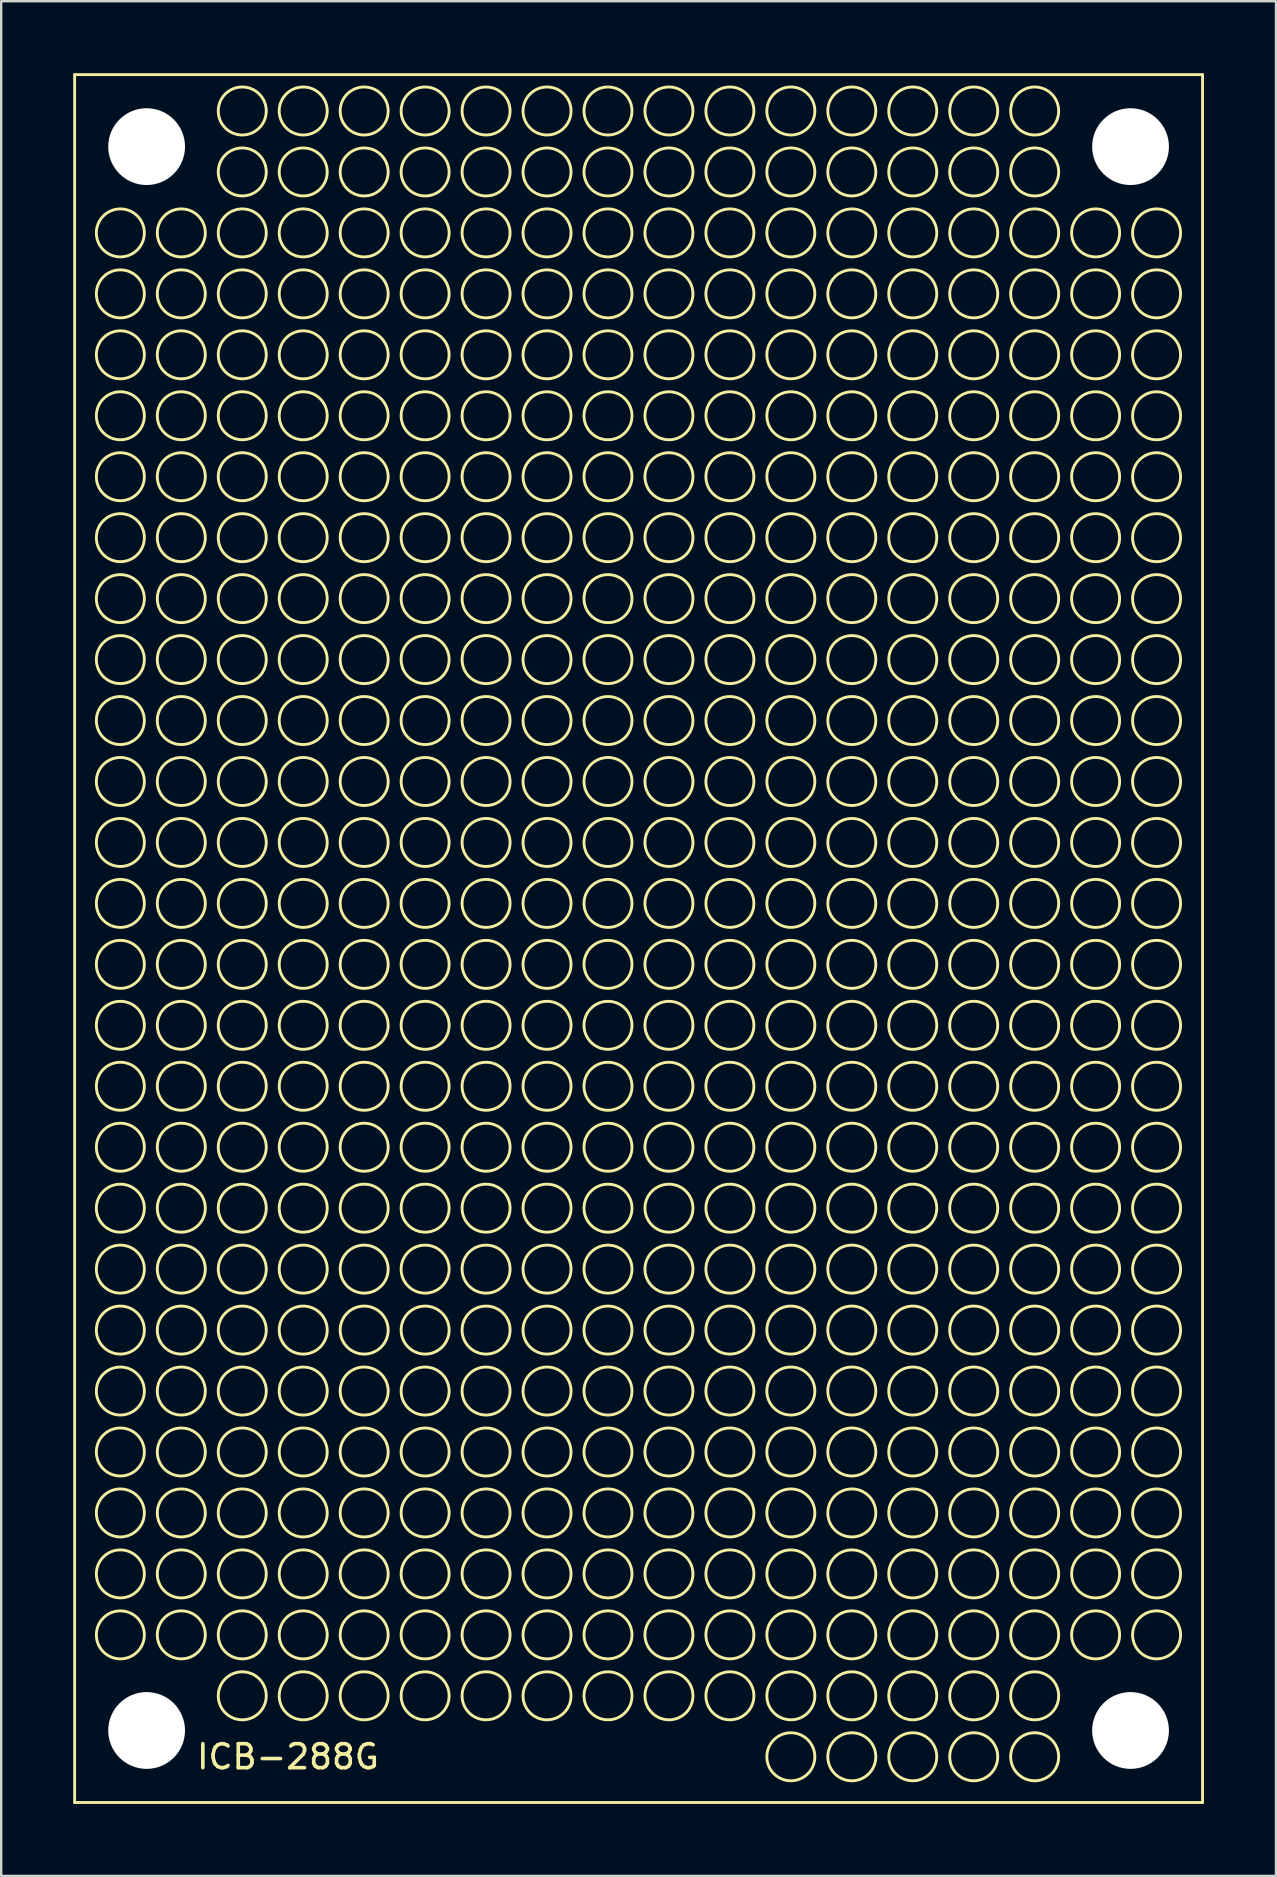
<source format=kicad_pcb>
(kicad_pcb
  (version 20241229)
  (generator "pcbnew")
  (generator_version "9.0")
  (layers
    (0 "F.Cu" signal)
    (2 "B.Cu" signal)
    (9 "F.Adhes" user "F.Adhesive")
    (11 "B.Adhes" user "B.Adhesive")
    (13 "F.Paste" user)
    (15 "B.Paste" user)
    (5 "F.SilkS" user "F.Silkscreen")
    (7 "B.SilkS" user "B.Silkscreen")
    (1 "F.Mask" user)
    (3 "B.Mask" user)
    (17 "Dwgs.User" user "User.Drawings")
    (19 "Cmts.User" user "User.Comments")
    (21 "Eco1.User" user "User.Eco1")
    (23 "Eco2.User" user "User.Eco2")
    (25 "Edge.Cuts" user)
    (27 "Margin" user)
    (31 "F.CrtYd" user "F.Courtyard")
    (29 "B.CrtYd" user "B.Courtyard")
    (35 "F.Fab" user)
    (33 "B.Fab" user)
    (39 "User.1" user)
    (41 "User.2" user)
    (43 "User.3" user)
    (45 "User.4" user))
  (footprint "ICB-288G"
    (layer "F.Cu")
    (at 7.045 67.615)
    (property "Reference" "ICB-288G" (at 1.905 2.54 0) (layer "F.SilkS") (effects (font (size 1 1) (thickness 0.15))))
    (attr through_hole)
    (fp_line (start -6.985 -67.555) (end -6.985 4.445) (stroke (width 0.12) (type solid)) (layer "F.SilkS"))
    (fp_line (start -6.985 4.445) (end 40.015 4.445) (stroke (width 0.12) (type solid)) (layer "F.SilkS"))
    (fp_line (start 40.015 -67.555) (end -6.985 -67.555) (stroke (width 0.12) (type solid)) (layer "F.SilkS"))
    (fp_line (start 40.015 4.445) (end 40.015 -67.555) (stroke (width 0.12) (type solid)) (layer "F.SilkS"))
    (fp_circle (center -5.08 -60.96) (end -4.08 -60.96) (stroke (width 0.12) (type solid)) (fill no) (layer "F.SilkS"))
    (fp_circle (center -5.08 -58.42) (end -4.08 -58.42) (stroke (width 0.12) (type solid)) (fill no) (layer "F.SilkS"))
    (fp_circle (center -5.08 -55.88) (end -4.08 -55.88) (stroke (width 0.12) (type solid)) (fill no) (layer "F.SilkS"))
    (fp_circle (center -5.08 -53.34) (end -4.08 -53.34) (stroke (width 0.12) (type solid)) (fill no) (layer "F.SilkS"))
    (fp_circle (center -5.08 -50.8) (end -4.08 -50.8) (stroke (width 0.12) (type solid)) (fill no) (layer "F.SilkS"))
    (fp_circle (center -5.08 -48.26) (end -4.08 -48.26) (stroke (width 0.12) (type solid)) (fill no) (layer "F.SilkS"))
    (fp_circle (center -5.08 -45.72) (end -4.08 -45.72) (stroke (width 0.12) (type solid)) (fill no) (layer "F.SilkS"))
    (fp_circle (center -5.08 -43.18) (end -4.08 -43.18) (stroke (width 0.12) (type solid)) (fill no) (layer "F.SilkS"))
    (fp_circle (center -5.08 -40.64) (end -4.08 -40.64) (stroke (width 0.12) (type solid)) (fill no) (layer "F.SilkS"))
    (fp_circle (center -5.08 -38.1) (end -4.08 -38.1) (stroke (width 0.12) (type solid)) (fill no) (layer "F.SilkS"))
    (fp_circle (center -5.08 -35.56) (end -4.08 -35.56) (stroke (width 0.12) (type solid)) (fill no) (layer "F.SilkS"))
    (fp_circle (center -5.08 -33.02) (end -4.08 -33.02) (stroke (width 0.12) (type solid)) (fill no) (layer "F.SilkS"))
    (fp_circle (center -5.08 -30.48) (end -4.08 -30.48) (stroke (width 0.12) (type solid)) (fill no) (layer "F.SilkS"))
    (fp_circle (center -5.08 -27.94) (end -4.08 -27.94) (stroke (width 0.12) (type solid)) (fill no) (layer "F.SilkS"))
    (fp_circle (center -5.08 -25.4) (end -4.08 -25.4) (stroke (width 0.12) (type solid)) (fill no) (layer "F.SilkS"))
    (fp_circle (center -5.08 -22.86) (end -4.08 -22.86) (stroke (width 0.12) (type solid)) (fill no) (layer "F.SilkS"))
    (fp_circle (center -5.08 -20.32) (end -4.08 -20.32) (stroke (width 0.12) (type solid)) (fill no) (layer "F.SilkS"))
    (fp_circle (center -5.08 -17.78) (end -4.08 -17.78) (stroke (width 0.12) (type solid)) (fill no) (layer "F.SilkS"))
    (fp_circle (center -5.08 -15.24) (end -4.08 -15.24) (stroke (width 0.12) (type solid)) (fill no) (layer "F.SilkS"))
    (fp_circle (center -5.08 -12.7) (end -4.08 -12.7) (stroke (width 0.12) (type solid)) (fill no) (layer "F.SilkS"))
    (fp_circle (center -5.08 -10.16) (end -4.08 -10.16) (stroke (width 0.12) (type solid)) (fill no) (layer "F.SilkS"))
    (fp_circle (center -5.08 -7.62) (end -4.08 -7.62) (stroke (width 0.12) (type solid)) (fill no) (layer "F.SilkS"))
    (fp_circle (center -5.08 -5.08) (end -4.08 -5.08) (stroke (width 0.12) (type solid)) (fill no) (layer "F.SilkS"))
    (fp_circle (center -5.08 -2.54) (end -4.08 -2.54) (stroke (width 0.12) (type solid)) (fill no) (layer "F.SilkS"))
    (fp_circle (center -2.54 -60.96) (end -1.54 -60.96) (stroke (width 0.12) (type solid)) (fill no) (layer "F.SilkS"))
    (fp_circle (center -2.54 -58.42) (end -1.54 -58.42) (stroke (width 0.12) (type solid)) (fill no) (layer "F.SilkS"))
    (fp_circle (center -2.54 -55.88) (end -1.54 -55.88) (stroke (width 0.12) (type solid)) (fill no) (layer "F.SilkS"))
    (fp_circle (center -2.54 -53.34) (end -1.54 -53.34) (stroke (width 0.12) (type solid)) (fill no) (layer "F.SilkS"))
    (fp_circle (center -2.54 -50.8) (end -1.54 -50.8) (stroke (width 0.12) (type solid)) (fill no) (layer "F.SilkS"))
    (fp_circle (center -2.54 -48.26) (end -1.54 -48.26) (stroke (width 0.12) (type solid)) (fill no) (layer "F.SilkS"))
    (fp_circle (center -2.54 -45.72) (end -1.54 -45.72) (stroke (width 0.12) (type solid)) (fill no) (layer "F.SilkS"))
    (fp_circle (center -2.54 -43.18) (end -1.54 -43.18) (stroke (width 0.12) (type solid)) (fill no) (layer "F.SilkS"))
    (fp_circle (center -2.54 -40.64) (end -1.54 -40.64) (stroke (width 0.12) (type solid)) (fill no) (layer "F.SilkS"))
    (fp_circle (center -2.54 -38.1) (end -1.54 -38.1) (stroke (width 0.12) (type solid)) (fill no) (layer "F.SilkS"))
    (fp_circle (center -2.54 -35.56) (end -1.54 -35.56) (stroke (width 0.12) (type solid)) (fill no) (layer "F.SilkS"))
    (fp_circle (center -2.54 -33.02) (end -1.54 -33.02) (stroke (width 0.12) (type solid)) (fill no) (layer "F.SilkS"))
    (fp_circle (center -2.54 -30.48) (end -1.54 -30.48) (stroke (width 0.12) (type solid)) (fill no) (layer "F.SilkS"))
    (fp_circle (center -2.54 -27.94) (end -1.54 -27.94) (stroke (width 0.12) (type solid)) (fill no) (layer "F.SilkS"))
    (fp_circle (center -2.54 -25.4) (end -1.54 -25.4) (stroke (width 0.12) (type solid)) (fill no) (layer "F.SilkS"))
    (fp_circle (center -2.54 -22.86) (end -1.54 -22.86) (stroke (width 0.12) (type solid)) (fill no) (layer "F.SilkS"))
    (fp_circle (center -2.54 -20.32) (end -1.54 -20.32) (stroke (width 0.12) (type solid)) (fill no) (layer "F.SilkS"))
    (fp_circle (center -2.54 -17.78) (end -1.54 -17.78) (stroke (width 0.12) (type solid)) (fill no) (layer "F.SilkS"))
    (fp_circle (center -2.54 -15.24) (end -1.54 -15.24) (stroke (width 0.12) (type solid)) (fill no) (layer "F.SilkS"))
    (fp_circle (center -2.54 -12.7) (end -1.54 -12.7) (stroke (width 0.12) (type solid)) (fill no) (layer "F.SilkS"))
    (fp_circle (center -2.54 -10.16) (end -1.54 -10.16) (stroke (width 0.12) (type solid)) (fill no) (layer "F.SilkS"))
    (fp_circle (center -2.54 -7.62) (end -1.54 -7.62) (stroke (width 0.12) (type solid)) (fill no) (layer "F.SilkS"))
    (fp_circle (center -2.54 -5.08) (end -1.54 -5.08) (stroke (width 0.12) (type solid)) (fill no) (layer "F.SilkS"))
    (fp_circle (center -2.54 -2.54) (end -1.54 -2.54) (stroke (width 0.12) (type solid)) (fill no) (layer "F.SilkS"))
    (fp_circle (center 0 -66.04) (end 1 -66.04) (stroke (width 0.12) (type solid)) (fill no) (layer "F.SilkS"))
    (fp_circle (center 0 -63.5) (end 1 -63.5) (stroke (width 0.12) (type solid)) (fill no) (layer "F.SilkS"))
    (fp_circle (center 0 -60.96) (end 1 -60.96) (stroke (width 0.12) (type solid)) (fill no) (layer "F.SilkS"))
    (fp_circle (center 0 -58.42) (end 1 -58.42) (stroke (width 0.12) (type solid)) (fill no) (layer "F.SilkS"))
    (fp_circle (center 0 -55.88) (end 1 -55.88) (stroke (width 0.12) (type solid)) (fill no) (layer "F.SilkS"))
    (fp_circle (center 0 -53.34) (end 1 -53.34) (stroke (width 0.12) (type solid)) (fill no) (layer "F.SilkS"))
    (fp_circle (center 0 -50.8) (end 1 -50.8) (stroke (width 0.12) (type solid)) (fill no) (layer "F.SilkS"))
    (fp_circle (center 0 -48.26) (end 1 -48.26) (stroke (width 0.12) (type solid)) (fill no) (layer "F.SilkS"))
    (fp_circle (center 0 -45.72) (end 1 -45.72) (stroke (width 0.12) (type solid)) (fill no) (layer "F.SilkS"))
    (fp_circle (center 0 -43.18) (end 1 -43.18) (stroke (width 0.12) (type solid)) (fill no) (layer "F.SilkS"))
    (fp_circle (center 0 -40.64) (end 1 -40.64) (stroke (width 0.12) (type solid)) (fill no) (layer "F.SilkS"))
    (fp_circle (center 0 -38.1) (end 1 -38.1) (stroke (width 0.12) (type solid)) (fill no) (layer "F.SilkS"))
    (fp_circle (center 0 -35.56) (end 1 -35.56) (stroke (width 0.12) (type solid)) (fill no) (layer "F.SilkS"))
    (fp_circle (center 0 -33.02) (end 1 -33.02) (stroke (width 0.12) (type solid)) (fill no) (layer "F.SilkS"))
    (fp_circle (center 0 -30.48) (end 1 -30.48) (stroke (width 0.12) (type solid)) (fill no) (layer "F.SilkS"))
    (fp_circle (center 0 -27.94) (end 1 -27.94) (stroke (width 0.12) (type solid)) (fill no) (layer "F.SilkS"))
    (fp_circle (center 0 -25.4) (end 1 -25.4) (stroke (width 0.12) (type solid)) (fill no) (layer "F.SilkS"))
    (fp_circle (center 0 -22.86) (end 1 -22.86) (stroke (width 0.12) (type solid)) (fill no) (layer "F.SilkS"))
    (fp_circle (center 0 -20.32) (end 1 -20.32) (stroke (width 0.12) (type solid)) (fill no) (layer "F.SilkS"))
    (fp_circle (center 0 -17.78) (end 1 -17.78) (stroke (width 0.12) (type solid)) (fill no) (layer "F.SilkS"))
    (fp_circle (center 0 -15.24) (end 1 -15.24) (stroke (width 0.12) (type solid)) (fill no) (layer "F.SilkS"))
    (fp_circle (center 0 -12.7) (end 1 -12.7) (stroke (width 0.12) (type solid)) (fill no) (layer "F.SilkS"))
    (fp_circle (center 0 -10.16) (end 1 -10.16) (stroke (width 0.12) (type solid)) (fill no) (layer "F.SilkS"))
    (fp_circle (center 0 -7.62) (end 1 -7.62) (stroke (width 0.12) (type solid)) (fill no) (layer "F.SilkS"))
    (fp_circle (center 0 -5.08) (end 1 -5.08) (stroke (width 0.12) (type solid)) (fill no) (layer "F.SilkS"))
    (fp_circle (center 0 -2.54) (end 1 -2.54) (stroke (width 0.12) (type solid)) (fill no) (layer "F.SilkS"))
    (fp_circle (center 0 0) (end 1 0) (stroke (width 0.12) (type solid)) (fill no) (layer "F.SilkS"))
    (fp_circle (center 2.54 -66.04) (end 3.54 -66.04) (stroke (width 0.12) (type solid)) (fill no) (layer "F.SilkS"))
    (fp_circle (center 2.54 -63.5) (end 3.54 -63.5) (stroke (width 0.12) (type solid)) (fill no) (layer "F.SilkS"))
    (fp_circle (center 2.54 -60.96) (end 3.54 -60.96) (stroke (width 0.12) (type solid)) (fill no) (layer "F.SilkS"))
    (fp_circle (center 2.54 -58.42) (end 3.54 -58.42) (stroke (width 0.12) (type solid)) (fill no) (layer "F.SilkS"))
    (fp_circle (center 2.54 -55.88) (end 3.54 -55.88) (stroke (width 0.12) (type solid)) (fill no) (layer "F.SilkS"))
    (fp_circle (center 2.54 -53.34) (end 3.54 -53.34) (stroke (width 0.12) (type solid)) (fill no) (layer "F.SilkS"))
    (fp_circle (center 2.54 -50.8) (end 3.54 -50.8) (stroke (width 0.12) (type solid)) (fill no) (layer "F.SilkS"))
    (fp_circle (center 2.54 -48.26) (end 3.54 -48.26) (stroke (width 0.12) (type solid)) (fill no) (layer "F.SilkS"))
    (fp_circle (center 2.54 -45.72) (end 3.54 -45.72) (stroke (width 0.12) (type solid)) (fill no) (layer "F.SilkS"))
    (fp_circle (center 2.54 -43.18) (end 3.54 -43.18) (stroke (width 0.12) (type solid)) (fill no) (layer "F.SilkS"))
    (fp_circle (center 2.54 -40.64) (end 3.54 -40.64) (stroke (width 0.12) (type solid)) (fill no) (layer "F.SilkS"))
    (fp_circle (center 2.54 -38.1) (end 3.54 -38.1) (stroke (width 0.12) (type solid)) (fill no) (layer "F.SilkS"))
    (fp_circle (center 2.54 -35.56) (end 3.54 -35.56) (stroke (width 0.12) (type solid)) (fill no) (layer "F.SilkS"))
    (fp_circle (center 2.54 -33.02) (end 3.54 -33.02) (stroke (width 0.12) (type solid)) (fill no) (layer "F.SilkS"))
    (fp_circle (center 2.54 -30.48) (end 3.54 -30.48) (stroke (width 0.12) (type solid)) (fill no) (layer "F.SilkS"))
    (fp_circle (center 2.54 -27.94) (end 3.54 -27.94) (stroke (width 0.12) (type solid)) (fill no) (layer "F.SilkS"))
    (fp_circle (center 2.54 -25.4) (end 3.54 -25.4) (stroke (width 0.12) (type solid)) (fill no) (layer "F.SilkS"))
    (fp_circle (center 2.54 -22.86) (end 3.54 -22.86) (stroke (width 0.12) (type solid)) (fill no) (layer "F.SilkS"))
    (fp_circle (center 2.54 -20.32) (end 3.54 -20.32) (stroke (width 0.12) (type solid)) (fill no) (layer "F.SilkS"))
    (fp_circle (center 2.54 -17.78) (end 3.54 -17.78) (stroke (width 0.12) (type solid)) (fill no) (layer "F.SilkS"))
    (fp_circle (center 2.54 -15.24) (end 3.54 -15.24) (stroke (width 0.12) (type solid)) (fill no) (layer "F.SilkS"))
    (fp_circle (center 2.54 -12.7) (end 3.54 -12.7) (stroke (width 0.12) (type solid)) (fill no) (layer "F.SilkS"))
    (fp_circle (center 2.54 -10.16) (end 3.54 -10.16) (stroke (width 0.12) (type solid)) (fill no) (layer "F.SilkS"))
    (fp_circle (center 2.54 -7.62) (end 3.54 -7.62) (stroke (width 0.12) (type solid)) (fill no) (layer "F.SilkS"))
    (fp_circle (center 2.54 -5.08) (end 3.54 -5.08) (stroke (width 0.12) (type solid)) (fill no) (layer "F.SilkS"))
    (fp_circle (center 2.54 -2.54) (end 3.54 -2.54) (stroke (width 0.12) (type solid)) (fill no) (layer "F.SilkS"))
    (fp_circle (center 2.54 0) (end 3.54 0) (stroke (width 0.12) (type solid)) (fill no) (layer "F.SilkS"))
    (fp_circle (center 5.08 -66.04) (end 6.08 -66.04) (stroke (width 0.12) (type solid)) (fill no) (layer "F.SilkS"))
    (fp_circle (center 5.08 -63.5) (end 6.08 -63.5) (stroke (width 0.12) (type solid)) (fill no) (layer "F.SilkS"))
    (fp_circle (center 5.08 -60.96) (end 6.08 -60.96) (stroke (width 0.12) (type solid)) (fill no) (layer "F.SilkS"))
    (fp_circle (center 5.08 -58.42) (end 6.08 -58.42) (stroke (width 0.12) (type solid)) (fill no) (layer "F.SilkS"))
    (fp_circle (center 5.08 -55.88) (end 6.08 -55.88) (stroke (width 0.12) (type solid)) (fill no) (layer "F.SilkS"))
    (fp_circle (center 5.08 -53.34) (end 6.08 -53.34) (stroke (width 0.12) (type solid)) (fill no) (layer "F.SilkS"))
    (fp_circle (center 5.08 -50.8) (end 6.08 -50.8) (stroke (width 0.12) (type solid)) (fill no) (layer "F.SilkS"))
    (fp_circle (center 5.08 -48.26) (end 6.08 -48.26) (stroke (width 0.12) (type solid)) (fill no) (layer "F.SilkS"))
    (fp_circle (center 5.08 -45.72) (end 6.08 -45.72) (stroke (width 0.12) (type solid)) (fill no) (layer "F.SilkS"))
    (fp_circle (center 5.08 -43.18) (end 6.08 -43.18) (stroke (width 0.12) (type solid)) (fill no) (layer "F.SilkS"))
    (fp_circle (center 5.08 -40.64) (end 6.08 -40.64) (stroke (width 0.12) (type solid)) (fill no) (layer "F.SilkS"))
    (fp_circle (center 5.08 -38.1) (end 6.08 -38.1) (stroke (width 0.12) (type solid)) (fill no) (layer "F.SilkS"))
    (fp_circle (center 5.08 -35.56) (end 6.08 -35.56) (stroke (width 0.12) (type solid)) (fill no) (layer "F.SilkS"))
    (fp_circle (center 5.08 -33.02) (end 6.08 -33.02) (stroke (width 0.12) (type solid)) (fill no) (layer "F.SilkS"))
    (fp_circle (center 5.08 -30.48) (end 6.08 -30.48) (stroke (width 0.12) (type solid)) (fill no) (layer "F.SilkS"))
    (fp_circle (center 5.08 -27.94) (end 6.08 -27.94) (stroke (width 0.12) (type solid)) (fill no) (layer "F.SilkS"))
    (fp_circle (center 5.08 -25.4) (end 6.08 -25.4) (stroke (width 0.12) (type solid)) (fill no) (layer "F.SilkS"))
    (fp_circle (center 5.08 -22.86) (end 6.08 -22.86) (stroke (width 0.12) (type solid)) (fill no) (layer "F.SilkS"))
    (fp_circle (center 5.08 -20.32) (end 6.08 -20.32) (stroke (width 0.12) (type solid)) (fill no) (layer "F.SilkS"))
    (fp_circle (center 5.08 -17.78) (end 6.08 -17.78) (stroke (width 0.12) (type solid)) (fill no) (layer "F.SilkS"))
    (fp_circle (center 5.08 -15.24) (end 6.08 -15.24) (stroke (width 0.12) (type solid)) (fill no) (layer "F.SilkS"))
    (fp_circle (center 5.08 -12.7) (end 6.08 -12.7) (stroke (width 0.12) (type solid)) (fill no) (layer "F.SilkS"))
    (fp_circle (center 5.08 -10.16) (end 6.08 -10.16) (stroke (width 0.12) (type solid)) (fill no) (layer "F.SilkS"))
    (fp_circle (center 5.08 -7.62) (end 6.08 -7.62) (stroke (width 0.12) (type solid)) (fill no) (layer "F.SilkS"))
    (fp_circle (center 5.08 -5.08) (end 6.08 -5.08) (stroke (width 0.12) (type solid)) (fill no) (layer "F.SilkS"))
    (fp_circle (center 5.08 -2.54) (end 6.08 -2.54) (stroke (width 0.12) (type solid)) (fill no) (layer "F.SilkS"))
    (fp_circle (center 5.08 0) (end 6.08 0) (stroke (width 0.12) (type solid)) (fill no) (layer "F.SilkS"))
    (fp_circle (center 7.62 -66.04) (end 8.62 -66.04) (stroke (width 0.12) (type solid)) (fill no) (layer "F.SilkS"))
    (fp_circle (center 7.62 -63.5) (end 8.62 -63.5) (stroke (width 0.12) (type solid)) (fill no) (layer "F.SilkS"))
    (fp_circle (center 7.62 -60.96) (end 8.62 -60.96) (stroke (width 0.12) (type solid)) (fill no) (layer "F.SilkS"))
    (fp_circle (center 7.62 -58.42) (end 8.62 -58.42) (stroke (width 0.12) (type solid)) (fill no) (layer "F.SilkS"))
    (fp_circle (center 7.62 -55.88) (end 8.62 -55.88) (stroke (width 0.12) (type solid)) (fill no) (layer "F.SilkS"))
    (fp_circle (center 7.62 -53.34) (end 8.62 -53.34) (stroke (width 0.12) (type solid)) (fill no) (layer "F.SilkS"))
    (fp_circle (center 7.62 -50.8) (end 8.62 -50.8) (stroke (width 0.12) (type solid)) (fill no) (layer "F.SilkS"))
    (fp_circle (center 7.62 -48.26) (end 8.62 -48.26) (stroke (width 0.12) (type solid)) (fill no) (layer "F.SilkS"))
    (fp_circle (center 7.62 -45.72) (end 8.62 -45.72) (stroke (width 0.12) (type solid)) (fill no) (layer "F.SilkS"))
    (fp_circle (center 7.62 -43.18) (end 8.62 -43.18) (stroke (width 0.12) (type solid)) (fill no) (layer "F.SilkS"))
    (fp_circle (center 7.62 -40.64) (end 8.62 -40.64) (stroke (width 0.12) (type solid)) (fill no) (layer "F.SilkS"))
    (fp_circle (center 7.62 -38.1) (end 8.62 -38.1) (stroke (width 0.12) (type solid)) (fill no) (layer "F.SilkS"))
    (fp_circle (center 7.62 -35.56) (end 8.62 -35.56) (stroke (width 0.12) (type solid)) (fill no) (layer "F.SilkS"))
    (fp_circle (center 7.62 -33.02) (end 8.62 -33.02) (stroke (width 0.12) (type solid)) (fill no) (layer "F.SilkS"))
    (fp_circle (center 7.62 -30.48) (end 8.62 -30.48) (stroke (width 0.12) (type solid)) (fill no) (layer "F.SilkS"))
    (fp_circle (center 7.62 -27.94) (end 8.62 -27.94) (stroke (width 0.12) (type solid)) (fill no) (layer "F.SilkS"))
    (fp_circle (center 7.62 -25.4) (end 8.62 -25.4) (stroke (width 0.12) (type solid)) (fill no) (layer "F.SilkS"))
    (fp_circle (center 7.62 -22.86) (end 8.62 -22.86) (stroke (width 0.12) (type solid)) (fill no) (layer "F.SilkS"))
    (fp_circle (center 7.62 -20.32) (end 8.62 -20.32) (stroke (width 0.12) (type solid)) (fill no) (layer "F.SilkS"))
    (fp_circle (center 7.62 -17.78) (end 8.62 -17.78) (stroke (width 0.12) (type solid)) (fill no) (layer "F.SilkS"))
    (fp_circle (center 7.62 -15.24) (end 8.62 -15.24) (stroke (width 0.12) (type solid)) (fill no) (layer "F.SilkS"))
    (fp_circle (center 7.62 -12.7) (end 8.62 -12.7) (stroke (width 0.12) (type solid)) (fill no) (layer "F.SilkS"))
    (fp_circle (center 7.62 -10.16) (end 8.62 -10.16) (stroke (width 0.12) (type solid)) (fill no) (layer "F.SilkS"))
    (fp_circle (center 7.62 -7.62) (end 8.62 -7.62) (stroke (width 0.12) (type solid)) (fill no) (layer "F.SilkS"))
    (fp_circle (center 7.62 -5.08) (end 8.62 -5.08) (stroke (width 0.12) (type solid)) (fill no) (layer "F.SilkS"))
    (fp_circle (center 7.62 -2.54) (end 8.62 -2.54) (stroke (width 0.12) (type solid)) (fill no) (layer "F.SilkS"))
    (fp_circle (center 7.62 0) (end 8.62 0) (stroke (width 0.12) (type solid)) (fill no) (layer "F.SilkS"))
    (fp_circle (center 10.16 -66.04) (end 11.16 -66.04) (stroke (width 0.12) (type solid)) (fill no) (layer "F.SilkS"))
    (fp_circle (center 10.16 -63.5) (end 11.16 -63.5) (stroke (width 0.12) (type solid)) (fill no) (layer "F.SilkS"))
    (fp_circle (center 10.16 -60.96) (end 11.16 -60.96) (stroke (width 0.12) (type solid)) (fill no) (layer "F.SilkS"))
    (fp_circle (center 10.16 -58.42) (end 11.16 -58.42) (stroke (width 0.12) (type solid)) (fill no) (layer "F.SilkS"))
    (fp_circle (center 10.16 -55.88) (end 11.16 -55.88) (stroke (width 0.12) (type solid)) (fill no) (layer "F.SilkS"))
    (fp_circle (center 10.16 -53.34) (end 11.16 -53.34) (stroke (width 0.12) (type solid)) (fill no) (layer "F.SilkS"))
    (fp_circle (center 10.16 -50.8) (end 11.16 -50.8) (stroke (width 0.12) (type solid)) (fill no) (layer "F.SilkS"))
    (fp_circle (center 10.16 -48.26) (end 11.16 -48.26) (stroke (width 0.12) (type solid)) (fill no) (layer "F.SilkS"))
    (fp_circle (center 10.16 -45.72) (end 11.16 -45.72) (stroke (width 0.12) (type solid)) (fill no) (layer "F.SilkS"))
    (fp_circle (center 10.16 -43.18) (end 11.16 -43.18) (stroke (width 0.12) (type solid)) (fill no) (layer "F.SilkS"))
    (fp_circle (center 10.16 -40.64) (end 11.16 -40.64) (stroke (width 0.12) (type solid)) (fill no) (layer "F.SilkS"))
    (fp_circle (center 10.16 -38.1) (end 11.16 -38.1) (stroke (width 0.12) (type solid)) (fill no) (layer "F.SilkS"))
    (fp_circle (center 10.16 -35.56) (end 11.16 -35.56) (stroke (width 0.12) (type solid)) (fill no) (layer "F.SilkS"))
    (fp_circle (center 10.16 -33.02) (end 11.16 -33.02) (stroke (width 0.12) (type solid)) (fill no) (layer "F.SilkS"))
    (fp_circle (center 10.16 -30.48) (end 11.16 -30.48) (stroke (width 0.12) (type solid)) (fill no) (layer "F.SilkS"))
    (fp_circle (center 10.16 -27.94) (end 11.16 -27.94) (stroke (width 0.12) (type solid)) (fill no) (layer "F.SilkS"))
    (fp_circle (center 10.16 -25.4) (end 11.16 -25.4) (stroke (width 0.12) (type solid)) (fill no) (layer "F.SilkS"))
    (fp_circle (center 10.16 -22.86) (end 11.16 -22.86) (stroke (width 0.12) (type solid)) (fill no) (layer "F.SilkS"))
    (fp_circle (center 10.16 -20.32) (end 11.16 -20.32) (stroke (width 0.12) (type solid)) (fill no) (layer "F.SilkS"))
    (fp_circle (center 10.16 -17.78) (end 11.16 -17.78) (stroke (width 0.12) (type solid)) (fill no) (layer "F.SilkS"))
    (fp_circle (center 10.16 -15.24) (end 11.16 -15.24) (stroke (width 0.12) (type solid)) (fill no) (layer "F.SilkS"))
    (fp_circle (center 10.16 -12.7) (end 11.16 -12.7) (stroke (width 0.12) (type solid)) (fill no) (layer "F.SilkS"))
    (fp_circle (center 10.16 -10.16) (end 11.16 -10.16) (stroke (width 0.12) (type solid)) (fill no) (layer "F.SilkS"))
    (fp_circle (center 10.16 -7.62) (end 11.16 -7.62) (stroke (width 0.12) (type solid)) (fill no) (layer "F.SilkS"))
    (fp_circle (center 10.16 -5.08) (end 11.16 -5.08) (stroke (width 0.12) (type solid)) (fill no) (layer "F.SilkS"))
    (fp_circle (center 10.16 -2.54) (end 11.16 -2.54) (stroke (width 0.12) (type solid)) (fill no) (layer "F.SilkS"))
    (fp_circle (center 10.16 0) (end 11.16 0) (stroke (width 0.12) (type solid)) (fill no) (layer "F.SilkS"))
    (fp_circle (center 12.7 -66.04) (end 13.7 -66.04) (stroke (width 0.12) (type solid)) (fill no) (layer "F.SilkS"))
    (fp_circle (center 12.7 -63.5) (end 13.7 -63.5) (stroke (width 0.12) (type solid)) (fill no) (layer "F.SilkS"))
    (fp_circle (center 12.7 -60.96) (end 13.7 -60.96) (stroke (width 0.12) (type solid)) (fill no) (layer "F.SilkS"))
    (fp_circle (center 12.7 -58.42) (end 13.7 -58.42) (stroke (width 0.12) (type solid)) (fill no) (layer "F.SilkS"))
    (fp_circle (center 12.7 -55.88) (end 13.7 -55.88) (stroke (width 0.12) (type solid)) (fill no) (layer "F.SilkS"))
    (fp_circle (center 12.7 -53.34) (end 13.7 -53.34) (stroke (width 0.12) (type solid)) (fill no) (layer "F.SilkS"))
    (fp_circle (center 12.7 -50.8) (end 13.7 -50.8) (stroke (width 0.12) (type solid)) (fill no) (layer "F.SilkS"))
    (fp_circle (center 12.7 -48.26) (end 13.7 -48.26) (stroke (width 0.12) (type solid)) (fill no) (layer "F.SilkS"))
    (fp_circle (center 12.7 -45.72) (end 13.7 -45.72) (stroke (width 0.12) (type solid)) (fill no) (layer "F.SilkS"))
    (fp_circle (center 12.7 -43.18) (end 13.7 -43.18) (stroke (width 0.12) (type solid)) (fill no) (layer "F.SilkS"))
    (fp_circle (center 12.7 -40.64) (end 13.7 -40.64) (stroke (width 0.12) (type solid)) (fill no) (layer "F.SilkS"))
    (fp_circle (center 12.7 -38.1) (end 13.7 -38.1) (stroke (width 0.12) (type solid)) (fill no) (layer "F.SilkS"))
    (fp_circle (center 12.7 -35.56) (end 13.7 -35.56) (stroke (width 0.12) (type solid)) (fill no) (layer "F.SilkS"))
    (fp_circle (center 12.7 -33.02) (end 13.7 -33.02) (stroke (width 0.12) (type solid)) (fill no) (layer "F.SilkS"))
    (fp_circle (center 12.7 -30.48) (end 13.7 -30.48) (stroke (width 0.12) (type solid)) (fill no) (layer "F.SilkS"))
    (fp_circle (center 12.7 -27.94) (end 13.7 -27.94) (stroke (width 0.12) (type solid)) (fill no) (layer "F.SilkS"))
    (fp_circle (center 12.7 -25.4) (end 13.7 -25.4) (stroke (width 0.12) (type solid)) (fill no) (layer "F.SilkS"))
    (fp_circle (center 12.7 -22.86) (end 13.7 -22.86) (stroke (width 0.12) (type solid)) (fill no) (layer "F.SilkS"))
    (fp_circle (center 12.7 -20.32) (end 13.7 -20.32) (stroke (width 0.12) (type solid)) (fill no) (layer "F.SilkS"))
    (fp_circle (center 12.7 -17.78) (end 13.7 -17.78) (stroke (width 0.12) (type solid)) (fill no) (layer "F.SilkS"))
    (fp_circle (center 12.7 -15.24) (end 13.7 -15.24) (stroke (width 0.12) (type solid)) (fill no) (layer "F.SilkS"))
    (fp_circle (center 12.7 -12.7) (end 13.7 -12.7) (stroke (width 0.12) (type solid)) (fill no) (layer "F.SilkS"))
    (fp_circle (center 12.7 -10.16) (end 13.7 -10.16) (stroke (width 0.12) (type solid)) (fill no) (layer "F.SilkS"))
    (fp_circle (center 12.7 -7.62) (end 13.7 -7.62) (stroke (width 0.12) (type solid)) (fill no) (layer "F.SilkS"))
    (fp_circle (center 12.7 -5.08) (end 13.7 -5.08) (stroke (width 0.12) (type solid)) (fill no) (layer "F.SilkS"))
    (fp_circle (center 12.7 -2.54) (end 13.7 -2.54) (stroke (width 0.12) (type solid)) (fill no) (layer "F.SilkS"))
    (fp_circle (center 12.7 0) (end 13.7 0) (stroke (width 0.12) (type solid)) (fill no) (layer "F.SilkS"))
    (fp_circle (center 15.24 -66.04) (end 16.24 -66.04) (stroke (width 0.12) (type solid)) (fill no) (layer "F.SilkS"))
    (fp_circle (center 15.24 -63.5) (end 16.24 -63.5) (stroke (width 0.12) (type solid)) (fill no) (layer "F.SilkS"))
    (fp_circle (center 15.24 -60.96) (end 16.24 -60.96) (stroke (width 0.12) (type solid)) (fill no) (layer "F.SilkS"))
    (fp_circle (center 15.24 -58.42) (end 16.24 -58.42) (stroke (width 0.12) (type solid)) (fill no) (layer "F.SilkS"))
    (fp_circle (center 15.24 -55.88) (end 16.24 -55.88) (stroke (width 0.12) (type solid)) (fill no) (layer "F.SilkS"))
    (fp_circle (center 15.24 -53.34) (end 16.24 -53.34) (stroke (width 0.12) (type solid)) (fill no) (layer "F.SilkS"))
    (fp_circle (center 15.24 -50.8) (end 16.24 -50.8) (stroke (width 0.12) (type solid)) (fill no) (layer "F.SilkS"))
    (fp_circle (center 15.24 -48.26) (end 16.24 -48.26) (stroke (width 0.12) (type solid)) (fill no) (layer "F.SilkS"))
    (fp_circle (center 15.24 -45.72) (end 16.24 -45.72) (stroke (width 0.12) (type solid)) (fill no) (layer "F.SilkS"))
    (fp_circle (center 15.24 -43.18) (end 16.24 -43.18) (stroke (width 0.12) (type solid)) (fill no) (layer "F.SilkS"))
    (fp_circle (center 15.24 -40.64) (end 16.24 -40.64) (stroke (width 0.12) (type solid)) (fill no) (layer "F.SilkS"))
    (fp_circle (center 15.24 -38.1) (end 16.24 -38.1) (stroke (width 0.12) (type solid)) (fill no) (layer "F.SilkS"))
    (fp_circle (center 15.24 -35.56) (end 16.24 -35.56) (stroke (width 0.12) (type solid)) (fill no) (layer "F.SilkS"))
    (fp_circle (center 15.24 -33.02) (end 16.24 -33.02) (stroke (width 0.12) (type solid)) (fill no) (layer "F.SilkS"))
    (fp_circle (center 15.24 -30.48) (end 16.24 -30.48) (stroke (width 0.12) (type solid)) (fill no) (layer "F.SilkS"))
    (fp_circle (center 15.24 -27.94) (end 16.24 -27.94) (stroke (width 0.12) (type solid)) (fill no) (layer "F.SilkS"))
    (fp_circle (center 15.24 -25.4) (end 16.24 -25.4) (stroke (width 0.12) (type solid)) (fill no) (layer "F.SilkS"))
    (fp_circle (center 15.24 -22.86) (end 16.24 -22.86) (stroke (width 0.12) (type solid)) (fill no) (layer "F.SilkS"))
    (fp_circle (center 15.24 -20.32) (end 16.24 -20.32) (stroke (width 0.12) (type solid)) (fill no) (layer "F.SilkS"))
    (fp_circle (center 15.24 -17.78) (end 16.24 -17.78) (stroke (width 0.12) (type solid)) (fill no) (layer "F.SilkS"))
    (fp_circle (center 15.24 -15.24) (end 16.24 -15.24) (stroke (width 0.12) (type solid)) (fill no) (layer "F.SilkS"))
    (fp_circle (center 15.24 -12.7) (end 16.24 -12.7) (stroke (width 0.12) (type solid)) (fill no) (layer "F.SilkS"))
    (fp_circle (center 15.24 -10.16) (end 16.24 -10.16) (stroke (width 0.12) (type solid)) (fill no) (layer "F.SilkS"))
    (fp_circle (center 15.24 -7.62) (end 16.24 -7.62) (stroke (width 0.12) (type solid)) (fill no) (layer "F.SilkS"))
    (fp_circle (center 15.24 -5.08) (end 16.24 -5.08) (stroke (width 0.12) (type solid)) (fill no) (layer "F.SilkS"))
    (fp_circle (center 15.24 -2.54) (end 16.24 -2.54) (stroke (width 0.12) (type solid)) (fill no) (layer "F.SilkS"))
    (fp_circle (center 15.24 0) (end 16.24 0) (stroke (width 0.12) (type solid)) (fill no) (layer "F.SilkS"))
    (fp_circle (center 17.78 -66.04) (end 18.78 -66.04) (stroke (width 0.12) (type solid)) (fill no) (layer "F.SilkS"))
    (fp_circle (center 17.78 -63.5) (end 18.78 -63.5) (stroke (width 0.12) (type solid)) (fill no) (layer "F.SilkS"))
    (fp_circle (center 17.78 -60.96) (end 18.78 -60.96) (stroke (width 0.12) (type solid)) (fill no) (layer "F.SilkS"))
    (fp_circle (center 17.78 -58.42) (end 18.78 -58.42) (stroke (width 0.12) (type solid)) (fill no) (layer "F.SilkS"))
    (fp_circle (center 17.78 -55.88) (end 18.78 -55.88) (stroke (width 0.12) (type solid)) (fill no) (layer "F.SilkS"))
    (fp_circle (center 17.78 -53.34) (end 18.78 -53.34) (stroke (width 0.12) (type solid)) (fill no) (layer "F.SilkS"))
    (fp_circle (center 17.78 -50.8) (end 18.78 -50.8) (stroke (width 0.12) (type solid)) (fill no) (layer "F.SilkS"))
    (fp_circle (center 17.78 -48.26) (end 18.78 -48.26) (stroke (width 0.12) (type solid)) (fill no) (layer "F.SilkS"))
    (fp_circle (center 17.78 -45.72) (end 18.78 -45.72) (stroke (width 0.12) (type solid)) (fill no) (layer "F.SilkS"))
    (fp_circle (center 17.78 -43.18) (end 18.78 -43.18) (stroke (width 0.12) (type solid)) (fill no) (layer "F.SilkS"))
    (fp_circle (center 17.78 -40.64) (end 18.78 -40.64) (stroke (width 0.12) (type solid)) (fill no) (layer "F.SilkS"))
    (fp_circle (center 17.78 -38.1) (end 18.78 -38.1) (stroke (width 0.12) (type solid)) (fill no) (layer "F.SilkS"))
    (fp_circle (center 17.78 -35.56) (end 18.78 -35.56) (stroke (width 0.12) (type solid)) (fill no) (layer "F.SilkS"))
    (fp_circle (center 17.78 -33.02) (end 18.78 -33.02) (stroke (width 0.12) (type solid)) (fill no) (layer "F.SilkS"))
    (fp_circle (center 17.78 -30.48) (end 18.78 -30.48) (stroke (width 0.12) (type solid)) (fill no) (layer "F.SilkS"))
    (fp_circle (center 17.78 -27.94) (end 18.78 -27.94) (stroke (width 0.12) (type solid)) (fill no) (layer "F.SilkS"))
    (fp_circle (center 17.78 -25.4) (end 18.78 -25.4) (stroke (width 0.12) (type solid)) (fill no) (layer "F.SilkS"))
    (fp_circle (center 17.78 -22.86) (end 18.78 -22.86) (stroke (width 0.12) (type solid)) (fill no) (layer "F.SilkS"))
    (fp_circle (center 17.78 -20.32) (end 18.78 -20.32) (stroke (width 0.12) (type solid)) (fill no) (layer "F.SilkS"))
    (fp_circle (center 17.78 -17.78) (end 18.78 -17.78) (stroke (width 0.12) (type solid)) (fill no) (layer "F.SilkS"))
    (fp_circle (center 17.78 -15.24) (end 18.78 -15.24) (stroke (width 0.12) (type solid)) (fill no) (layer "F.SilkS"))
    (fp_circle (center 17.78 -12.7) (end 18.78 -12.7) (stroke (width 0.12) (type solid)) (fill no) (layer "F.SilkS"))
    (fp_circle (center 17.78 -10.16) (end 18.78 -10.16) (stroke (width 0.12) (type solid)) (fill no) (layer "F.SilkS"))
    (fp_circle (center 17.78 -7.62) (end 18.78 -7.62) (stroke (width 0.12) (type solid)) (fill no) (layer "F.SilkS"))
    (fp_circle (center 17.78 -5.08) (end 18.78 -5.08) (stroke (width 0.12) (type solid)) (fill no) (layer "F.SilkS"))
    (fp_circle (center 17.78 -2.54) (end 18.78 -2.54) (stroke (width 0.12) (type solid)) (fill no) (layer "F.SilkS"))
    (fp_circle (center 17.78 0) (end 18.78 0) (stroke (width 0.12) (type solid)) (fill no) (layer "F.SilkS"))
    (fp_circle (center 20.32 -66.04) (end 21.32 -66.04) (stroke (width 0.12) (type solid)) (fill no) (layer "F.SilkS"))
    (fp_circle (center 20.32 -63.5) (end 21.32 -63.5) (stroke (width 0.12) (type solid)) (fill no) (layer "F.SilkS"))
    (fp_circle (center 20.32 -60.96) (end 21.32 -60.96) (stroke (width 0.12) (type solid)) (fill no) (layer "F.SilkS"))
    (fp_circle (center 20.32 -58.42) (end 21.32 -58.42) (stroke (width 0.12) (type solid)) (fill no) (layer "F.SilkS"))
    (fp_circle (center 20.32 -55.88) (end 21.32 -55.88) (stroke (width 0.12) (type solid)) (fill no) (layer "F.SilkS"))
    (fp_circle (center 20.32 -53.34) (end 21.32 -53.34) (stroke (width 0.12) (type solid)) (fill no) (layer "F.SilkS"))
    (fp_circle (center 20.32 -50.8) (end 21.32 -50.8) (stroke (width 0.12) (type solid)) (fill no) (layer "F.SilkS"))
    (fp_circle (center 20.32 -48.26) (end 21.32 -48.26) (stroke (width 0.12) (type solid)) (fill no) (layer "F.SilkS"))
    (fp_circle (center 20.32 -45.72) (end 21.32 -45.72) (stroke (width 0.12) (type solid)) (fill no) (layer "F.SilkS"))
    (fp_circle (center 20.32 -43.18) (end 21.32 -43.18) (stroke (width 0.12) (type solid)) (fill no) (layer "F.SilkS"))
    (fp_circle (center 20.32 -40.64) (end 21.32 -40.64) (stroke (width 0.12) (type solid)) (fill no) (layer "F.SilkS"))
    (fp_circle (center 20.32 -38.1) (end 21.32 -38.1) (stroke (width 0.12) (type solid)) (fill no) (layer "F.SilkS"))
    (fp_circle (center 20.32 -35.56) (end 21.32 -35.56) (stroke (width 0.12) (type solid)) (fill no) (layer "F.SilkS"))
    (fp_circle (center 20.32 -33.02) (end 21.32 -33.02) (stroke (width 0.12) (type solid)) (fill no) (layer "F.SilkS"))
    (fp_circle (center 20.32 -30.48) (end 21.32 -30.48) (stroke (width 0.12) (type solid)) (fill no) (layer "F.SilkS"))
    (fp_circle (center 20.32 -27.94) (end 21.32 -27.94) (stroke (width 0.12) (type solid)) (fill no) (layer "F.SilkS"))
    (fp_circle (center 20.32 -25.4) (end 21.32 -25.4) (stroke (width 0.12) (type solid)) (fill no) (layer "F.SilkS"))
    (fp_circle (center 20.32 -22.86) (end 21.32 -22.86) (stroke (width 0.12) (type solid)) (fill no) (layer "F.SilkS"))
    (fp_circle (center 20.32 -20.32) (end 21.32 -20.32) (stroke (width 0.12) (type solid)) (fill no) (layer "F.SilkS"))
    (fp_circle (center 20.32 -17.78) (end 21.32 -17.78) (stroke (width 0.12) (type solid)) (fill no) (layer "F.SilkS"))
    (fp_circle (center 20.32 -15.24) (end 21.32 -15.24) (stroke (width 0.12) (type solid)) (fill no) (layer "F.SilkS"))
    (fp_circle (center 20.32 -12.7) (end 21.32 -12.7) (stroke (width 0.12) (type solid)) (fill no) (layer "F.SilkS"))
    (fp_circle (center 20.32 -10.16) (end 21.32 -10.16) (stroke (width 0.12) (type solid)) (fill no) (layer "F.SilkS"))
    (fp_circle (center 20.32 -7.62) (end 21.32 -7.62) (stroke (width 0.12) (type solid)) (fill no) (layer "F.SilkS"))
    (fp_circle (center 20.32 -5.08) (end 21.32 -5.08) (stroke (width 0.12) (type solid)) (fill no) (layer "F.SilkS"))
    (fp_circle (center 20.32 -2.54) (end 21.32 -2.54) (stroke (width 0.12) (type solid)) (fill no) (layer "F.SilkS"))
    (fp_circle (center 20.32 0) (end 21.32 0) (stroke (width 0.12) (type solid)) (fill no) (layer "F.SilkS"))
    (fp_circle (center 22.86 -66.04) (end 23.86 -66.04) (stroke (width 0.12) (type solid)) (fill no) (layer "F.SilkS"))
    (fp_circle (center 22.86 -63.5) (end 23.86 -63.5) (stroke (width 0.12) (type solid)) (fill no) (layer "F.SilkS"))
    (fp_circle (center 22.86 -60.96) (end 23.86 -60.96) (stroke (width 0.12) (type solid)) (fill no) (layer "F.SilkS"))
    (fp_circle (center 22.86 -58.42) (end 23.86 -58.42) (stroke (width 0.12) (type solid)) (fill no) (layer "F.SilkS"))
    (fp_circle (center 22.86 -55.88) (end 23.86 -55.88) (stroke (width 0.12) (type solid)) (fill no) (layer "F.SilkS"))
    (fp_circle (center 22.86 -53.34) (end 23.86 -53.34) (stroke (width 0.12) (type solid)) (fill no) (layer "F.SilkS"))
    (fp_circle (center 22.86 -50.8) (end 23.86 -50.8) (stroke (width 0.12) (type solid)) (fill no) (layer "F.SilkS"))
    (fp_circle (center 22.86 -48.26) (end 23.86 -48.26) (stroke (width 0.12) (type solid)) (fill no) (layer "F.SilkS"))
    (fp_circle (center 22.86 -45.72) (end 23.86 -45.72) (stroke (width 0.12) (type solid)) (fill no) (layer "F.SilkS"))
    (fp_circle (center 22.86 -43.18) (end 23.86 -43.18) (stroke (width 0.12) (type solid)) (fill no) (layer "F.SilkS"))
    (fp_circle (center 22.86 -40.64) (end 23.86 -40.64) (stroke (width 0.12) (type solid)) (fill no) (layer "F.SilkS"))
    (fp_circle (center 22.86 -38.1) (end 23.86 -38.1) (stroke (width 0.12) (type solid)) (fill no) (layer "F.SilkS"))
    (fp_circle (center 22.86 -35.56) (end 23.86 -35.56) (stroke (width 0.12) (type solid)) (fill no) (layer "F.SilkS"))
    (fp_circle (center 22.86 -33.02) (end 23.86 -33.02) (stroke (width 0.12) (type solid)) (fill no) (layer "F.SilkS"))
    (fp_circle (center 22.86 -30.48) (end 23.86 -30.48) (stroke (width 0.12) (type solid)) (fill no) (layer "F.SilkS"))
    (fp_circle (center 22.86 -27.94) (end 23.86 -27.94) (stroke (width 0.12) (type solid)) (fill no) (layer "F.SilkS"))
    (fp_circle (center 22.86 -25.4) (end 23.86 -25.4) (stroke (width 0.12) (type solid)) (fill no) (layer "F.SilkS"))
    (fp_circle (center 22.86 -22.86) (end 23.86 -22.86) (stroke (width 0.12) (type solid)) (fill no) (layer "F.SilkS"))
    (fp_circle (center 22.86 -20.32) (end 23.86 -20.32) (stroke (width 0.12) (type solid)) (fill no) (layer "F.SilkS"))
    (fp_circle (center 22.86 -17.78) (end 23.86 -17.78) (stroke (width 0.12) (type solid)) (fill no) (layer "F.SilkS"))
    (fp_circle (center 22.86 -15.24) (end 23.86 -15.24) (stroke (width 0.12) (type solid)) (fill no) (layer "F.SilkS"))
    (fp_circle (center 22.86 -12.7) (end 23.86 -12.7) (stroke (width 0.12) (type solid)) (fill no) (layer "F.SilkS"))
    (fp_circle (center 22.86 -10.16) (end 23.86 -10.16) (stroke (width 0.12) (type solid)) (fill no) (layer "F.SilkS"))
    (fp_circle (center 22.86 -7.62) (end 23.86 -7.62) (stroke (width 0.12) (type solid)) (fill no) (layer "F.SilkS"))
    (fp_circle (center 22.86 -5.08) (end 23.86 -5.08) (stroke (width 0.12) (type solid)) (fill no) (layer "F.SilkS"))
    (fp_circle (center 22.86 -2.54) (end 23.86 -2.54) (stroke (width 0.12) (type solid)) (fill no) (layer "F.SilkS"))
    (fp_circle (center 22.86 0) (end 23.86 0) (stroke (width 0.12) (type solid)) (fill no) (layer "F.SilkS"))
    (fp_circle (center 22.86 2.54) (end 23.86 2.54) (stroke (width 0.12) (type solid)) (fill no) (layer "F.SilkS"))
    (fp_circle (center 25.4 -66.04) (end 26.4 -66.04) (stroke (width 0.12) (type solid)) (fill no) (layer "F.SilkS"))
    (fp_circle (center 25.4 -63.5) (end 26.4 -63.5) (stroke (width 0.12) (type solid)) (fill no) (layer "F.SilkS"))
    (fp_circle (center 25.4 -60.96) (end 26.4 -60.96) (stroke (width 0.12) (type solid)) (fill no) (layer "F.SilkS"))
    (fp_circle (center 25.4 -58.42) (end 26.4 -58.42) (stroke (width 0.12) (type solid)) (fill no) (layer "F.SilkS"))
    (fp_circle (center 25.4 -55.88) (end 26.4 -55.88) (stroke (width 0.12) (type solid)) (fill no) (layer "F.SilkS"))
    (fp_circle (center 25.4 -53.34) (end 26.4 -53.34) (stroke (width 0.12) (type solid)) (fill no) (layer "F.SilkS"))
    (fp_circle (center 25.4 -50.8) (end 26.4 -50.8) (stroke (width 0.12) (type solid)) (fill no) (layer "F.SilkS"))
    (fp_circle (center 25.4 -48.26) (end 26.4 -48.26) (stroke (width 0.12) (type solid)) (fill no) (layer "F.SilkS"))
    (fp_circle (center 25.4 -45.72) (end 26.4 -45.72) (stroke (width 0.12) (type solid)) (fill no) (layer "F.SilkS"))
    (fp_circle (center 25.4 -43.18) (end 26.4 -43.18) (stroke (width 0.12) (type solid)) (fill no) (layer "F.SilkS"))
    (fp_circle (center 25.4 -40.64) (end 26.4 -40.64) (stroke (width 0.12) (type solid)) (fill no) (layer "F.SilkS"))
    (fp_circle (center 25.4 -38.1) (end 26.4 -38.1) (stroke (width 0.12) (type solid)) (fill no) (layer "F.SilkS"))
    (fp_circle (center 25.4 -35.56) (end 26.4 -35.56) (stroke (width 0.12) (type solid)) (fill no) (layer "F.SilkS"))
    (fp_circle (center 25.4 -33.02) (end 26.4 -33.02) (stroke (width 0.12) (type solid)) (fill no) (layer "F.SilkS"))
    (fp_circle (center 25.4 -30.48) (end 26.4 -30.48) (stroke (width 0.12) (type solid)) (fill no) (layer "F.SilkS"))
    (fp_circle (center 25.4 -27.94) (end 26.4 -27.94) (stroke (width 0.12) (type solid)) (fill no) (layer "F.SilkS"))
    (fp_circle (center 25.4 -25.4) (end 26.4 -25.4) (stroke (width 0.12) (type solid)) (fill no) (layer "F.SilkS"))
    (fp_circle (center 25.4 -22.86) (end 26.4 -22.86) (stroke (width 0.12) (type solid)) (fill no) (layer "F.SilkS"))
    (fp_circle (center 25.4 -20.32) (end 26.4 -20.32) (stroke (width 0.12) (type solid)) (fill no) (layer "F.SilkS"))
    (fp_circle (center 25.4 -17.78) (end 26.4 -17.78) (stroke (width 0.12) (type solid)) (fill no) (layer "F.SilkS"))
    (fp_circle (center 25.4 -15.24) (end 26.4 -15.24) (stroke (width 0.12) (type solid)) (fill no) (layer "F.SilkS"))
    (fp_circle (center 25.4 -12.7) (end 26.4 -12.7) (stroke (width 0.12) (type solid)) (fill no) (layer "F.SilkS"))
    (fp_circle (center 25.4 -10.16) (end 26.4 -10.16) (stroke (width 0.12) (type solid)) (fill no) (layer "F.SilkS"))
    (fp_circle (center 25.4 -7.62) (end 26.4 -7.62) (stroke (width 0.12) (type solid)) (fill no) (layer "F.SilkS"))
    (fp_circle (center 25.4 -5.08) (end 26.4 -5.08) (stroke (width 0.12) (type solid)) (fill no) (layer "F.SilkS"))
    (fp_circle (center 25.4 -2.54) (end 26.4 -2.54) (stroke (width 0.12) (type solid)) (fill no) (layer "F.SilkS"))
    (fp_circle (center 25.4 0) (end 26.4 0) (stroke (width 0.12) (type solid)) (fill no) (layer "F.SilkS"))
    (fp_circle (center 25.4 2.54) (end 26.4 2.54) (stroke (width 0.12) (type solid)) (fill no) (layer "F.SilkS"))
    (fp_circle (center 27.94 -66.04) (end 28.94 -66.04) (stroke (width 0.12) (type solid)) (fill no) (layer "F.SilkS"))
    (fp_circle (center 27.94 -63.5) (end 28.94 -63.5) (stroke (width 0.12) (type solid)) (fill no) (layer "F.SilkS"))
    (fp_circle (center 27.94 -60.96) (end 28.94 -60.96) (stroke (width 0.12) (type solid)) (fill no) (layer "F.SilkS"))
    (fp_circle (center 27.94 -58.42) (end 28.94 -58.42) (stroke (width 0.12) (type solid)) (fill no) (layer "F.SilkS"))
    (fp_circle (center 27.94 -55.88) (end 28.94 -55.88) (stroke (width 0.12) (type solid)) (fill no) (layer "F.SilkS"))
    (fp_circle (center 27.94 -53.34) (end 28.94 -53.34) (stroke (width 0.12) (type solid)) (fill no) (layer "F.SilkS"))
    (fp_circle (center 27.94 -50.8) (end 28.94 -50.8) (stroke (width 0.12) (type solid)) (fill no) (layer "F.SilkS"))
    (fp_circle (center 27.94 -48.26) (end 28.94 -48.26) (stroke (width 0.12) (type solid)) (fill no) (layer "F.SilkS"))
    (fp_circle (center 27.94 -45.72) (end 28.94 -45.72) (stroke (width 0.12) (type solid)) (fill no) (layer "F.SilkS"))
    (fp_circle (center 27.94 -43.18) (end 28.94 -43.18) (stroke (width 0.12) (type solid)) (fill no) (layer "F.SilkS"))
    (fp_circle (center 27.94 -40.64) (end 28.94 -40.64) (stroke (width 0.12) (type solid)) (fill no) (layer "F.SilkS"))
    (fp_circle (center 27.94 -38.1) (end 28.94 -38.1) (stroke (width 0.12) (type solid)) (fill no) (layer "F.SilkS"))
    (fp_circle (center 27.94 -35.56) (end 28.94 -35.56) (stroke (width 0.12) (type solid)) (fill no) (layer "F.SilkS"))
    (fp_circle (center 27.94 -33.02) (end 28.94 -33.02) (stroke (width 0.12) (type solid)) (fill no) (layer "F.SilkS"))
    (fp_circle (center 27.94 -30.48) (end 28.94 -30.48) (stroke (width 0.12) (type solid)) (fill no) (layer "F.SilkS"))
    (fp_circle (center 27.94 -27.94) (end 28.94 -27.94) (stroke (width 0.12) (type solid)) (fill no) (layer "F.SilkS"))
    (fp_circle (center 27.94 -25.4) (end 28.94 -25.4) (stroke (width 0.12) (type solid)) (fill no) (layer "F.SilkS"))
    (fp_circle (center 27.94 -22.86) (end 28.94 -22.86) (stroke (width 0.12) (type solid)) (fill no) (layer "F.SilkS"))
    (fp_circle (center 27.94 -20.32) (end 28.94 -20.32) (stroke (width 0.12) (type solid)) (fill no) (layer "F.SilkS"))
    (fp_circle (center 27.94 -17.78) (end 28.94 -17.78) (stroke (width 0.12) (type solid)) (fill no) (layer "F.SilkS"))
    (fp_circle (center 27.94 -15.24) (end 28.94 -15.24) (stroke (width 0.12) (type solid)) (fill no) (layer "F.SilkS"))
    (fp_circle (center 27.94 -12.7) (end 28.94 -12.7) (stroke (width 0.12) (type solid)) (fill no) (layer "F.SilkS"))
    (fp_circle (center 27.94 -10.16) (end 28.94 -10.16) (stroke (width 0.12) (type solid)) (fill no) (layer "F.SilkS"))
    (fp_circle (center 27.94 -7.62) (end 28.94 -7.62) (stroke (width 0.12) (type solid)) (fill no) (layer "F.SilkS"))
    (fp_circle (center 27.94 -5.08) (end 28.94 -5.08) (stroke (width 0.12) (type solid)) (fill no) (layer "F.SilkS"))
    (fp_circle (center 27.94 -2.54) (end 28.94 -2.54) (stroke (width 0.12) (type solid)) (fill no) (layer "F.SilkS"))
    (fp_circle (center 27.94 0) (end 28.94 0) (stroke (width 0.12) (type solid)) (fill no) (layer "F.SilkS"))
    (fp_circle (center 27.94 2.54) (end 28.94 2.54) (stroke (width 0.12) (type solid)) (fill no) (layer "F.SilkS"))
    (fp_circle (center 30.48 -66.04) (end 31.48 -66.04) (stroke (width 0.12) (type solid)) (fill no) (layer "F.SilkS"))
    (fp_circle (center 30.48 -63.5) (end 31.48 -63.5) (stroke (width 0.12) (type solid)) (fill no) (layer "F.SilkS"))
    (fp_circle (center 30.48 -60.96) (end 31.48 -60.96) (stroke (width 0.12) (type solid)) (fill no) (layer "F.SilkS"))
    (fp_circle (center 30.48 -58.42) (end 31.48 -58.42) (stroke (width 0.12) (type solid)) (fill no) (layer "F.SilkS"))
    (fp_circle (center 30.48 -55.88) (end 31.48 -55.88) (stroke (width 0.12) (type solid)) (fill no) (layer "F.SilkS"))
    (fp_circle (center 30.48 -53.34) (end 31.48 -53.34) (stroke (width 0.12) (type solid)) (fill no) (layer "F.SilkS"))
    (fp_circle (center 30.48 -50.8) (end 31.48 -50.8) (stroke (width 0.12) (type solid)) (fill no) (layer "F.SilkS"))
    (fp_circle (center 30.48 -48.26) (end 31.48 -48.26) (stroke (width 0.12) (type solid)) (fill no) (layer "F.SilkS"))
    (fp_circle (center 30.48 -45.72) (end 31.48 -45.72) (stroke (width 0.12) (type solid)) (fill no) (layer "F.SilkS"))
    (fp_circle (center 30.48 -43.18) (end 31.48 -43.18) (stroke (width 0.12) (type solid)) (fill no) (layer "F.SilkS"))
    (fp_circle (center 30.48 -40.64) (end 31.48 -40.64) (stroke (width 0.12) (type solid)) (fill no) (layer "F.SilkS"))
    (fp_circle (center 30.48 -38.1) (end 31.48 -38.1) (stroke (width 0.12) (type solid)) (fill no) (layer "F.SilkS"))
    (fp_circle (center 30.48 -35.56) (end 31.48 -35.56) (stroke (width 0.12) (type solid)) (fill no) (layer "F.SilkS"))
    (fp_circle (center 30.48 -33.02) (end 31.48 -33.02) (stroke (width 0.12) (type solid)) (fill no) (layer "F.SilkS"))
    (fp_circle (center 30.48 -30.48) (end 31.48 -30.48) (stroke (width 0.12) (type solid)) (fill no) (layer "F.SilkS"))
    (fp_circle (center 30.48 -27.94) (end 31.48 -27.94) (stroke (width 0.12) (type solid)) (fill no) (layer "F.SilkS"))
    (fp_circle (center 30.48 -25.4) (end 31.48 -25.4) (stroke (width 0.12) (type solid)) (fill no) (layer "F.SilkS"))
    (fp_circle (center 30.48 -22.86) (end 31.48 -22.86) (stroke (width 0.12) (type solid)) (fill no) (layer "F.SilkS"))
    (fp_circle (center 30.48 -20.32) (end 31.48 -20.32) (stroke (width 0.12) (type solid)) (fill no) (layer "F.SilkS"))
    (fp_circle (center 30.48 -17.78) (end 31.48 -17.78) (stroke (width 0.12) (type solid)) (fill no) (layer "F.SilkS"))
    (fp_circle (center 30.48 -15.24) (end 31.48 -15.24) (stroke (width 0.12) (type solid)) (fill no) (layer "F.SilkS"))
    (fp_circle (center 30.48 -12.7) (end 31.48 -12.7) (stroke (width 0.12) (type solid)) (fill no) (layer "F.SilkS"))
    (fp_circle (center 30.48 -10.16) (end 31.48 -10.16) (stroke (width 0.12) (type solid)) (fill no) (layer "F.SilkS"))
    (fp_circle (center 30.48 -7.62) (end 31.48 -7.62) (stroke (width 0.12) (type solid)) (fill no) (layer "F.SilkS"))
    (fp_circle (center 30.48 -5.08) (end 31.48 -5.08) (stroke (width 0.12) (type solid)) (fill no) (layer "F.SilkS"))
    (fp_circle (center 30.48 -2.54) (end 31.48 -2.54) (stroke (width 0.12) (type solid)) (fill no) (layer "F.SilkS"))
    (fp_circle (center 30.48 0) (end 31.48 0) (stroke (width 0.12) (type solid)) (fill no) (layer "F.SilkS"))
    (fp_circle (center 30.48 2.54) (end 31.48 2.54) (stroke (width 0.12) (type solid)) (fill no) (layer "F.SilkS"))
    (fp_circle (center 33.02 -66.04) (end 34.02 -66.04) (stroke (width 0.12) (type solid)) (fill no) (layer "F.SilkS"))
    (fp_circle (center 33.02 -63.5) (end 34.02 -63.5) (stroke (width 0.12) (type solid)) (fill no) (layer "F.SilkS"))
    (fp_circle (center 33.02 -60.96) (end 34.02 -60.96) (stroke (width 0.12) (type solid)) (fill no) (layer "F.SilkS"))
    (fp_circle (center 33.02 -58.42) (end 34.02 -58.42) (stroke (width 0.12) (type solid)) (fill no) (layer "F.SilkS"))
    (fp_circle (center 33.02 -55.88) (end 34.02 -55.88) (stroke (width 0.12) (type solid)) (fill no) (layer "F.SilkS"))
    (fp_circle (center 33.02 -53.34) (end 34.02 -53.34) (stroke (width 0.12) (type solid)) (fill no) (layer "F.SilkS"))
    (fp_circle (center 33.02 -50.8) (end 34.02 -50.8) (stroke (width 0.12) (type solid)) (fill no) (layer "F.SilkS"))
    (fp_circle (center 33.02 -48.26) (end 34.02 -48.26) (stroke (width 0.12) (type solid)) (fill no) (layer "F.SilkS"))
    (fp_circle (center 33.02 -45.72) (end 34.02 -45.72) (stroke (width 0.12) (type solid)) (fill no) (layer "F.SilkS"))
    (fp_circle (center 33.02 -43.18) (end 34.02 -43.18) (stroke (width 0.12) (type solid)) (fill no) (layer "F.SilkS"))
    (fp_circle (center 33.02 -40.64) (end 34.02 -40.64) (stroke (width 0.12) (type solid)) (fill no) (layer "F.SilkS"))
    (fp_circle (center 33.02 -38.1) (end 34.02 -38.1) (stroke (width 0.12) (type solid)) (fill no) (layer "F.SilkS"))
    (fp_circle (center 33.02 -35.56) (end 34.02 -35.56) (stroke (width 0.12) (type solid)) (fill no) (layer "F.SilkS"))
    (fp_circle (center 33.02 -33.02) (end 34.02 -33.02) (stroke (width 0.12) (type solid)) (fill no) (layer "F.SilkS"))
    (fp_circle (center 33.02 -30.48) (end 34.02 -30.48) (stroke (width 0.12) (type solid)) (fill no) (layer "F.SilkS"))
    (fp_circle (center 33.02 -27.94) (end 34.02 -27.94) (stroke (width 0.12) (type solid)) (fill no) (layer "F.SilkS"))
    (fp_circle (center 33.02 -25.4) (end 34.02 -25.4) (stroke (width 0.12) (type solid)) (fill no) (layer "F.SilkS"))
    (fp_circle (center 33.02 -22.86) (end 34.02 -22.86) (stroke (width 0.12) (type solid)) (fill no) (layer "F.SilkS"))
    (fp_circle (center 33.02 -20.32) (end 34.02 -20.32) (stroke (width 0.12) (type solid)) (fill no) (layer "F.SilkS"))
    (fp_circle (center 33.02 -17.78) (end 34.02 -17.78) (stroke (width 0.12) (type solid)) (fill no) (layer "F.SilkS"))
    (fp_circle (center 33.02 -15.24) (end 34.02 -15.24) (stroke (width 0.12) (type solid)) (fill no) (layer "F.SilkS"))
    (fp_circle (center 33.02 -12.7) (end 34.02 -12.7) (stroke (width 0.12) (type solid)) (fill no) (layer "F.SilkS"))
    (fp_circle (center 33.02 -10.16) (end 34.02 -10.16) (stroke (width 0.12) (type solid)) (fill no) (layer "F.SilkS"))
    (fp_circle (center 33.02 -7.62) (end 34.02 -7.62) (stroke (width 0.12) (type solid)) (fill no) (layer "F.SilkS"))
    (fp_circle (center 33.02 -5.08) (end 34.02 -5.08) (stroke (width 0.12) (type solid)) (fill no) (layer "F.SilkS"))
    (fp_circle (center 33.02 -2.54) (end 34.02 -2.54) (stroke (width 0.12) (type solid)) (fill no) (layer "F.SilkS"))
    (fp_circle (center 33.02 0) (end 34.02 0) (stroke (width 0.12) (type solid)) (fill no) (layer "F.SilkS"))
    (fp_circle (center 33.02 2.54) (end 34.02 2.54) (stroke (width 0.12) (type solid)) (fill no) (layer "F.SilkS"))
    (fp_circle (center 35.56 -60.96) (end 36.56 -60.96) (stroke (width 0.12) (type solid)) (fill no) (layer "F.SilkS"))
    (fp_circle (center 35.56 -58.42) (end 36.56 -58.42) (stroke (width 0.12) (type solid)) (fill no) (layer "F.SilkS"))
    (fp_circle (center 35.56 -55.88) (end 36.56 -55.88) (stroke (width 0.12) (type solid)) (fill no) (layer "F.SilkS"))
    (fp_circle (center 35.56 -53.34) (end 36.56 -53.34) (stroke (width 0.12) (type solid)) (fill no) (layer "F.SilkS"))
    (fp_circle (center 35.56 -50.8) (end 36.56 -50.8) (stroke (width 0.12) (type solid)) (fill no) (layer "F.SilkS"))
    (fp_circle (center 35.56 -48.26) (end 36.56 -48.26) (stroke (width 0.12) (type solid)) (fill no) (layer "F.SilkS"))
    (fp_circle (center 35.56 -45.72) (end 36.56 -45.72) (stroke (width 0.12) (type solid)) (fill no) (layer "F.SilkS"))
    (fp_circle (center 35.56 -43.18) (end 36.56 -43.18) (stroke (width 0.12) (type solid)) (fill no) (layer "F.SilkS"))
    (fp_circle (center 35.56 -40.64) (end 36.56 -40.64) (stroke (width 0.12) (type solid)) (fill no) (layer "F.SilkS"))
    (fp_circle (center 35.56 -38.1) (end 36.56 -38.1) (stroke (width 0.12) (type solid)) (fill no) (layer "F.SilkS"))
    (fp_circle (center 35.56 -35.56) (end 36.56 -35.56) (stroke (width 0.12) (type solid)) (fill no) (layer "F.SilkS"))
    (fp_circle (center 35.56 -33.02) (end 36.56 -33.02) (stroke (width 0.12) (type solid)) (fill no) (layer "F.SilkS"))
    (fp_circle (center 35.56 -30.48) (end 36.56 -30.48) (stroke (width 0.12) (type solid)) (fill no) (layer "F.SilkS"))
    (fp_circle (center 35.56 -27.94) (end 36.56 -27.94) (stroke (width 0.12) (type solid)) (fill no) (layer "F.SilkS"))
    (fp_circle (center 35.56 -25.4) (end 36.56 -25.4) (stroke (width 0.12) (type solid)) (fill no) (layer "F.SilkS"))
    (fp_circle (center 35.56 -22.86) (end 36.56 -22.86) (stroke (width 0.12) (type solid)) (fill no) (layer "F.SilkS"))
    (fp_circle (center 35.56 -20.32) (end 36.56 -20.32) (stroke (width 0.12) (type solid)) (fill no) (layer "F.SilkS"))
    (fp_circle (center 35.56 -17.78) (end 36.56 -17.78) (stroke (width 0.12) (type solid)) (fill no) (layer "F.SilkS"))
    (fp_circle (center 35.56 -15.24) (end 36.56 -15.24) (stroke (width 0.12) (type solid)) (fill no) (layer "F.SilkS"))
    (fp_circle (center 35.56 -12.7) (end 36.56 -12.7) (stroke (width 0.12) (type solid)) (fill no) (layer "F.SilkS"))
    (fp_circle (center 35.56 -10.16) (end 36.56 -10.16) (stroke (width 0.12) (type solid)) (fill no) (layer "F.SilkS"))
    (fp_circle (center 35.56 -7.62) (end 36.56 -7.62) (stroke (width 0.12) (type solid)) (fill no) (layer "F.SilkS"))
    (fp_circle (center 35.56 -5.08) (end 36.56 -5.08) (stroke (width 0.12) (type solid)) (fill no) (layer "F.SilkS"))
    (fp_circle (center 35.56 -2.54) (end 36.56 -2.54) (stroke (width 0.12) (type solid)) (fill no) (layer "F.SilkS"))
    (fp_circle (center 38.1 -60.96) (end 39.1 -60.96) (stroke (width 0.12) (type solid)) (fill no) (layer "F.SilkS"))
    (fp_circle (center 38.1 -58.42) (end 39.1 -58.42) (stroke (width 0.12) (type solid)) (fill no) (layer "F.SilkS"))
    (fp_circle (center 38.1 -55.88) (end 39.1 -55.88) (stroke (width 0.12) (type solid)) (fill no) (layer "F.SilkS"))
    (fp_circle (center 38.1 -53.34) (end 39.1 -53.34) (stroke (width 0.12) (type solid)) (fill no) (layer "F.SilkS"))
    (fp_circle (center 38.1 -50.8) (end 39.1 -50.8) (stroke (width 0.12) (type solid)) (fill no) (layer "F.SilkS"))
    (fp_circle (center 38.1 -48.26) (end 39.1 -48.26) (stroke (width 0.12) (type solid)) (fill no) (layer "F.SilkS"))
    (fp_circle (center 38.1 -45.72) (end 39.1 -45.72) (stroke (width 0.12) (type solid)) (fill no) (layer "F.SilkS"))
    (fp_circle (center 38.1 -43.18) (end 39.1 -43.18) (stroke (width 0.12) (type solid)) (fill no) (layer "F.SilkS"))
    (fp_circle (center 38.1 -40.64) (end 39.1 -40.64) (stroke (width 0.12) (type solid)) (fill no) (layer "F.SilkS"))
    (fp_circle (center 38.1 -38.1) (end 39.1 -38.1) (stroke (width 0.12) (type solid)) (fill no) (layer "F.SilkS"))
    (fp_circle (center 38.1 -35.56) (end 39.1 -35.56) (stroke (width 0.12) (type solid)) (fill no) (layer "F.SilkS"))
    (fp_circle (center 38.1 -33.02) (end 39.1 -33.02) (stroke (width 0.12) (type solid)) (fill no) (layer "F.SilkS"))
    (fp_circle (center 38.1 -30.48) (end 39.1 -30.48) (stroke (width 0.12) (type solid)) (fill no) (layer "F.SilkS"))
    (fp_circle (center 38.1 -27.94) (end 39.1 -27.94) (stroke (width 0.12) (type solid)) (fill no) (layer "F.SilkS"))
    (fp_circle (center 38.1 -25.4) (end 39.1 -25.4) (stroke (width 0.12) (type solid)) (fill no) (layer "F.SilkS"))
    (fp_circle (center 38.1 -22.86) (end 39.1 -22.86) (stroke (width 0.12) (type solid)) (fill no) (layer "F.SilkS"))
    (fp_circle (center 38.1 -20.32) (end 39.1 -20.32) (stroke (width 0.12) (type solid)) (fill no) (layer "F.SilkS"))
    (fp_circle (center 38.1 -17.78) (end 39.1 -17.78) (stroke (width 0.12) (type solid)) (fill no) (layer "F.SilkS"))
    (fp_circle (center 38.1 -15.24) (end 39.1 -15.24) (stroke (width 0.12) (type solid)) (fill no) (layer "F.SilkS"))
    (fp_circle (center 38.1 -12.7) (end 39.1 -12.7) (stroke (width 0.12) (type solid)) (fill no) (layer "F.SilkS"))
    (fp_circle (center 38.1 -10.16) (end 39.1 -10.16) (stroke (width 0.12) (type solid)) (fill no) (layer "F.SilkS"))
    (fp_circle (center 38.1 -7.62) (end 39.1 -7.62) (stroke (width 0.12) (type solid)) (fill no) (layer "F.SilkS"))
    (fp_circle (center 38.1 -5.08) (end 39.1 -5.08) (stroke (width 0.12) (type solid)) (fill no) (layer "F.SilkS"))
    (fp_circle (center 38.1 -2.54) (end 39.1 -2.54) (stroke (width 0.12) (type solid)) (fill no) (layer "F.SilkS"))
    (pad "" np_thru_hole circle (at -3.985 -64.555) (size 3.2 3.2) (drill 3.2) (layers "*.Cu" "*.Mask"))
    (pad "" np_thru_hole circle (at -3.985 1.445) (size 3.2 3.2) (drill 3.2) (layers "*.Cu" "*.Mask"))
    (pad "" np_thru_hole circle (at 37.015 -64.555) (size 3.2 3.2) (drill 3.2) (layers "*.Cu" "*.Mask"))
    (pad "" np_thru_hole circle (at 37.015 1.445) (size 3.2 3.2) (drill 3.2) (layers "*.Cu" "*.Mask")))
  (gr_rect
    (start -3 -3)
    (end 50.12 75.12)
    (stroke (width 0.1) (type default))
    (fill no)
    (layer "Edge.Cuts")))
</source>
